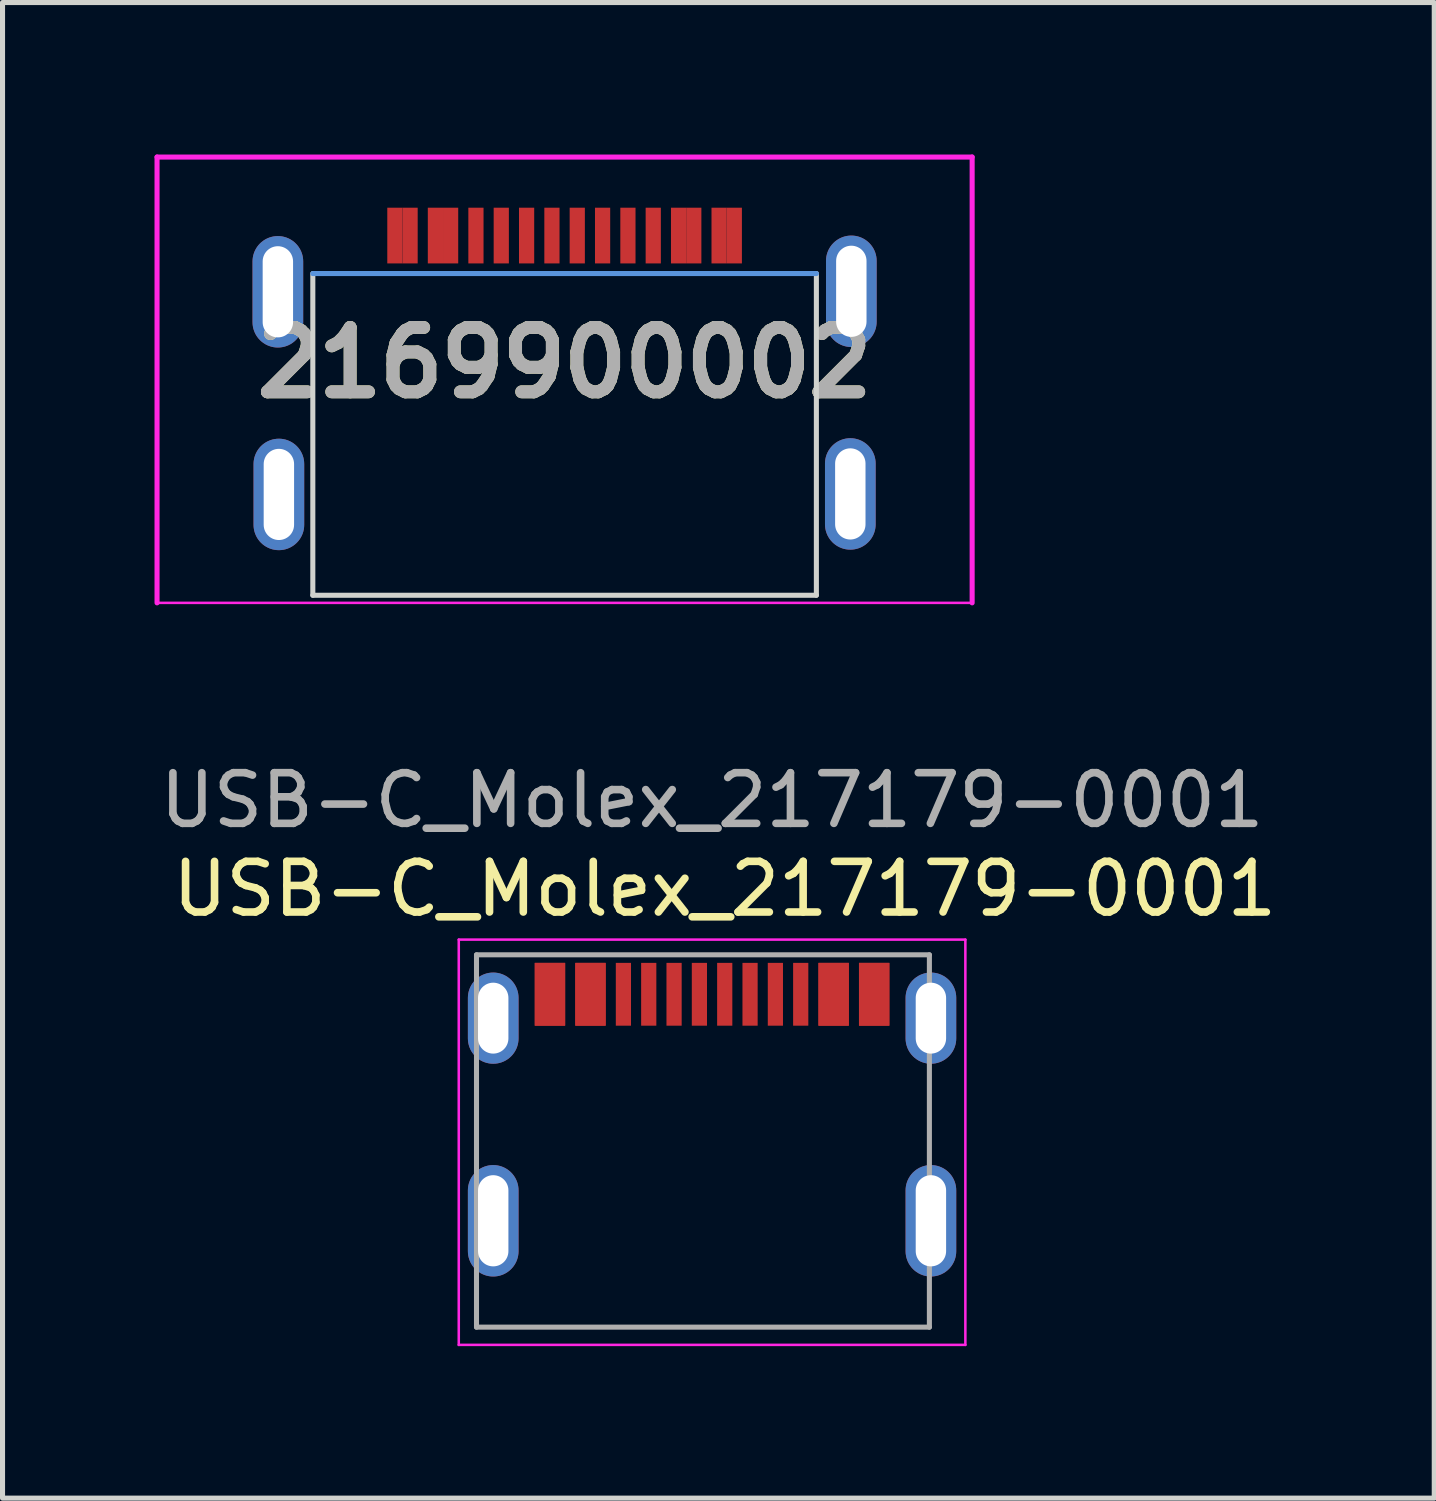
<source format=kicad_pcb>
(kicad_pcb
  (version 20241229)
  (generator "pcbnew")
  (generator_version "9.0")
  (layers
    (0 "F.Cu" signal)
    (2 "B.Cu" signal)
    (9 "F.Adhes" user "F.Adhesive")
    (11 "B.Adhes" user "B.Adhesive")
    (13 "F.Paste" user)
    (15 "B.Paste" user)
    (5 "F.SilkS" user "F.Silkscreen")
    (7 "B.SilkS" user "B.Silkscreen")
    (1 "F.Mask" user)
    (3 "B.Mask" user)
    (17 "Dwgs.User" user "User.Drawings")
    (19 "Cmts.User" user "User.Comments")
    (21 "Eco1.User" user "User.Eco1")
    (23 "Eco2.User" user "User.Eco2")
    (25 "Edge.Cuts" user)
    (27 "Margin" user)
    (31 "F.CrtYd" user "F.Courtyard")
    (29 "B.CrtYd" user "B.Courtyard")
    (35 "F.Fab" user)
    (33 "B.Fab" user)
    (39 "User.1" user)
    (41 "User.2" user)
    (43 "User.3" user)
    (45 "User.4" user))
  (footprint "2169900002"
    (layer "F.Cu")
    (at 8.095 4.45)
    (property "Reference" "2169900002" (at 0 -0.34 0) (layer "F.SilkS") (effects (font (size 1.27 1.27) (thickness 0.254))))
    (attr through_hole)
    (fp_line (start 4.97 -2.1) (end -4.97 -2.1) (stroke (width 0.1) (type solid)) (layer "Cmts.User"))
    (fp_line (start -4.97 -2.1) (end -4.97 4.25) (stroke (width 0.1) (type solid)) (layer "Edge.Cuts"))
    (fp_line (start -4.97 4.25) (end 4.97 4.25) (stroke (width 0.1) (type solid)) (layer "Edge.Cuts"))
    (fp_line (start 4.97 4.25) (end 4.97 -2.1) (stroke (width 0.1) (type solid)) (layer "Edge.Cuts"))
    (fp_line (start -8.045 -4.4) (end 8.045 -4.4) (stroke (width 0.1) (type solid)) (layer "F.CrtYd"))
    (fp_line (start -8.045 4.4) (end -8.045 -4.4) (stroke (width 0.1) (type solid)) (layer "F.CrtYd"))
    (fp_line (start 8.045 -4.4) (end 8.045 4.4) (stroke (width 0.1) (type solid)) (layer "F.CrtYd"))
    (fp_line (start 8.045 4.4) (end -8.045 4.4) (stroke (width 0.05) (type default)) (layer "F.CrtYd"))
    (fp_text user "${REFERENCE}" (at 0 -0.34 0) (layer "F.Fab") (effects (font (size 1.27 1.27) (thickness 0.254))))
    (pad "A1" smd rect (at -3.35 -2.85) (size 0.3 1.1) (layers "F.Cu" "F.Mask" "F.Paste"))
    (pad "A4" smd rect (at -2.55 -2.85) (size 0.3 1.1) (layers "F.Cu" "F.Mask" "F.Paste"))
    (pad "A5" smd rect (at -1.25 -2.85) (size 0.3 1.1) (layers "F.Cu" "F.Mask" "F.Paste"))
    (pad "A6" smd rect (at -0.25 -2.85) (size 0.3 1.1) (layers "F.Cu" "F.Mask" "F.Paste"))
    (pad "A7" smd rect (at 0.25 -2.85) (size 0.3 1.1) (layers "F.Cu" "F.Mask" "F.Paste"))
    (pad "A8" smd rect (at 1.25 -2.85) (size 0.3 1.1) (layers "F.Cu" "F.Mask" "F.Paste"))
    (pad "A9" smd rect (at 2.55 -2.85) (size 0.3 1.1) (layers "F.Cu" "F.Mask" "F.Paste"))
    (pad "A12" smd rect (at 3.35 -2.85) (size 0.3 1.1) (layers "F.Cu" "F.Mask" "F.Paste"))
    (pad "B1" smd rect (at 3.05 -2.85) (size 0.3 1.1) (layers "F.Cu" "F.Mask" "F.Paste"))
    (pad "B4" smd rect (at 2.25 -2.85) (size 0.3 1.1) (layers "F.Cu" "F.Mask" "F.Paste"))
    (pad "B5" smd rect (at 1.75 -2.85) (size 0.3 1.1) (layers "F.Cu" "F.Mask" "F.Paste"))
    (pad "B6" smd rect (at 0.75 -2.85) (size 0.3 1.1) (layers "F.Cu" "F.Mask" "F.Paste"))
    (pad "B7" smd rect (at -0.75 -2.85) (size 0.3 1.1) (layers "F.Cu" "F.Mask" "F.Paste"))
    (pad "B8" smd rect (at -1.75 -2.85) (size 0.3 1.1) (layers "F.Cu" "F.Mask" "F.Paste"))
    (pad "B9" smd rect (at -2.25 -2.85) (size 0.3 1.1) (layers "F.Cu" "F.Mask" "F.Paste"))
    (pad "B12" smd rect (at -3.05 -2.85) (size 0.3 1.1) (layers "F.Cu" "F.Mask" "F.Paste"))
    (pad "S1" thru_hole oval (at -5.66 -1.74) (size 1 2.2) (drill oval 0.6 1.8) (layers "*.Cu" "*.Mask"))
    (pad "S1" thru_hole oval (at -5.64 2.26) (size 1 2.2) (drill oval 0.6 1.8) (layers "*.Cu" "*.Mask"))
    (pad "S1" thru_hole oval (at 5.64 2.25) (size 1 2.2) (drill oval 0.6 1.8) (layers "*.Cu" "*.Mask"))
    (pad "S1" thru_hole oval (at 5.66 -1.75) (size 1 2.2) (drill oval 0.6 1.8) (layers "*.Cu" "*.Mask")))
  (footprint "USB-C_Molex_217179-0001"
    (layer "F.Cu")
    (at 11.006 19.748)
    (property "Reference" "USB-C_Molex_217179-0001" (at 0.25 -5.25 0) (unlocked yes) (layer "F.SilkS") (effects (font (size 1 1) (thickness 0.15))))
    (attr through_hole)
    (fp_line (start -5 -4.25) (end 5 -4.25) (stroke (width 0.05) (type solid)) (layer "F.CrtYd"))
    (fp_line (start -5 3.75) (end -5 -4.25) (stroke (width 0.05) (type solid)) (layer "F.CrtYd"))
    (fp_line (start 5 -4.25) (end 5 3.75) (stroke (width 0.05) (type solid)) (layer "F.CrtYd"))
    (fp_line (start 5 3.75) (end -5 3.75) (stroke (width 0.05) (type solid)) (layer "F.CrtYd"))
    (fp_line (start -4.65 -3.95) (end -4.65 3.4) (stroke (width 0.1) (type solid)) (layer "F.Fab"))
    (fp_line (start -4.65 -3.95) (end 4.29 -3.95) (stroke (width 0.1) (type solid)) (layer "F.Fab"))
    (fp_line (start -4.65 3.4) (end 4.29 3.4) (stroke (width 0.1) (type solid)) (layer "F.Fab"))
    (fp_line (start 4.29 3.4) (end 4.29 -3.95) (stroke (width 0.1) (type solid)) (layer "F.Fab"))
    (fp_text user "${REFERENCE}" (at 0 -7 0) (layer "F.Fab") (effects (font (size 1 1) (thickness 0.15))))
    (pad "A1" smd rect (at -3.2 -3.171) (size 0.6 1.24) (layers "F.Cu" "F.Mask" "F.Paste"))
    (pad "A4" smd rect (at -2.4 -3.171) (size 0.6 1.24) (layers "F.Cu" "F.Mask" "F.Paste"))
    (pad "A5" smd rect (at -1.25 -3.171) (size 0.3 1.24) (layers "F.Cu" "F.Mask" "F.Paste"))
    (pad "A6" smd rect (at -0.25 -3.171) (size 0.3 1.24) (layers "F.Cu" "F.Mask" "F.Paste"))
    (pad "A7" smd rect (at 0.25 -3.171) (size 0.3 1.24) (layers "F.Cu" "F.Mask" "F.Paste"))
    (pad "A8" smd rect (at 1.25 -3.171) (size 0.3 1.24) (layers "F.Cu" "F.Mask" "F.Paste"))
    (pad "A9" smd rect (at 2.4 -3.171) (size 0.6 1.24) (layers "F.Cu" "F.Mask" "F.Paste"))
    (pad "A12" smd rect (at 3.2 -3.171) (size 0.6 1.24) (layers "F.Cu" "F.Mask" "F.Paste"))
    (pad "B1" smd rect (at 3.2 -3.171) (size 0.6 1.24) (layers "F.Cu" "F.Mask" "F.Paste"))
    (pad "B4" smd rect (at 2.4 -3.171) (size 0.6 1.24) (layers "F.Cu" "F.Mask" "F.Paste"))
    (pad "B5" smd rect (at 1.75 -3.171) (size 0.3 1.24) (layers "F.Cu" "F.Mask" "F.Paste"))
    (pad "B6" smd rect (at 0.75 -3.171) (size 0.3 1.24) (layers "F.Cu" "F.Mask" "F.Paste"))
    (pad "B7" smd rect (at -0.75 -3.171) (size 0.3 1.24) (layers "F.Cu" "F.Mask" "F.Paste"))
    (pad "B8" smd rect (at -1.75 -3.171) (size 0.3 1.24) (layers "F.Cu" "F.Mask" "F.Paste"))
    (pad "B9" smd rect (at -2.4 -3.171) (size 0.6 1.24) (layers "F.Cu" "F.Mask" "F.Paste"))
    (pad "B12" smd rect (at -3.2 -3.171) (size 0.6 1.24) (layers "F.Cu" "F.Mask" "F.Paste"))
    (pad "S1" thru_hole oval (at -4.32 -2.7) (size 1 1.8) (drill oval 0.6 1.4) (layers "*.Cu" "*.Mask"))
    (pad "S1" thru_hole oval (at -4.32 1.3) (size 1 2.2) (drill oval 0.6 1.8) (layers "*.Cu" "*.Mask"))
    (pad "S1" thru_hole oval (at 4.32 -2.7) (size 1 1.8) (drill oval 0.6 1.4) (layers "*.Cu" "*.Mask"))
    (pad "S1" thru_hole oval (at 4.32 1.3) (size 1 2.2) (drill oval 0.6 1.8) (layers "*.Cu" "*.Mask")))
  (gr_rect
    (start -3 -3)
    (end 25.262 26.523)
    (stroke (width 0.1) (type default))
    (fill no)
    (layer "Edge.Cuts")))
</source>
